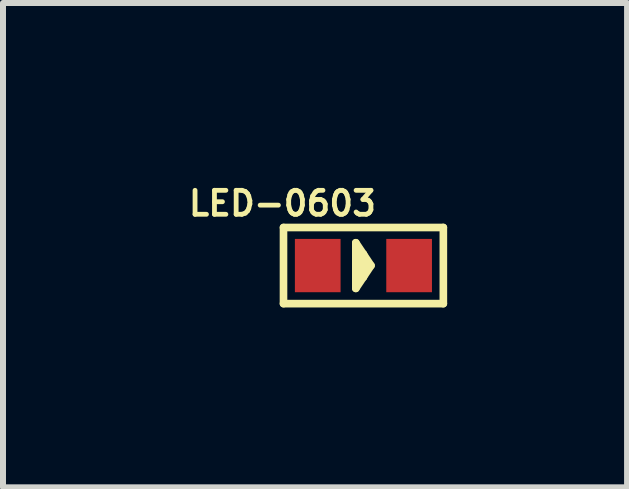
<source format=kicad_pcb>
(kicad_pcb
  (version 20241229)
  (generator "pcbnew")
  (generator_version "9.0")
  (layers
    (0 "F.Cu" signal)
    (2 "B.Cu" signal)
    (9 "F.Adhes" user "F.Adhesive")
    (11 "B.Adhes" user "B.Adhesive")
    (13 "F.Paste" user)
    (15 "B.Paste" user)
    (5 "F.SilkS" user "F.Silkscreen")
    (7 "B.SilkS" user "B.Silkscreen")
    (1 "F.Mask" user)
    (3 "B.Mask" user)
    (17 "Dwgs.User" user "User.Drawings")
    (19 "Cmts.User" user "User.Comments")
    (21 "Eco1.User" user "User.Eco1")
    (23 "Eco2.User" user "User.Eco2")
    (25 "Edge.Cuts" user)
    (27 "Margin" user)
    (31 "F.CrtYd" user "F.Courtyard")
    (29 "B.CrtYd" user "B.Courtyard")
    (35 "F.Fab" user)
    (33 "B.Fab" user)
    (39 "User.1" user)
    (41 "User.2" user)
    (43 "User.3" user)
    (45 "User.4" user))
  (footprint "LED-0603"
    (layer "F.Cu")
    (at 3.011 1.379)
    (property "Reference" "LED-0603" (at 0.254 -1.27 180) (layer "F.SilkS") (effects (font (size 0.4 0.4) (thickness 0.08)) (justify right top)))
    (attr through_hole)
    (fp_line (start -1.333 -0.635) (end 1.333 -0.635) (stroke (width 0.127) (type solid)) (layer "F.SilkS"))
    (fp_line (start -1.333 0.635) (end -1.333 -0.635) (stroke (width 0.127) (type solid)) (layer "F.SilkS"))
    (fp_line (start -0.127 -0.381) (end -0.127 0.381) (stroke (width 0.127) (type solid)) (layer "F.SilkS"))
    (fp_line (start -0.127 0.381) (end 0 0.191) (stroke (width 0.127) (type solid)) (layer "F.SilkS"))
    (fp_line (start -0.064 -0.254) (end -0.064 0.254) (stroke (width 0.127) (type solid)) (layer "F.SilkS"))
    (fp_line (start 0 -0.191) (end -0.127 -0.381) (stroke (width 0.127) (type solid)) (layer "F.SilkS"))
    (fp_line (start 0 -0.191) (end 0 0.191) (stroke (width 0.127) (type solid)) (layer "F.SilkS"))
    (fp_line (start 0 0.191) (end 0.127 0) (stroke (width 0.127) (type solid)) (layer "F.SilkS"))
    (fp_line (start 0.127 0) (end 0 -0.191) (stroke (width 0.127) (type solid)) (layer "F.SilkS"))
    (fp_line (start 1.333 -0.635) (end 1.333 0.635) (stroke (width 0.127) (type solid)) (layer "F.SilkS"))
    (fp_line (start 1.333 0.635) (end -1.333 0.635) (stroke (width 0.127) (type solid)) (layer "F.SilkS"))
    (pad "1" smd rect (at 0.762 0) (size 0.762 0.889) (layers "F.Cu" "F.Mask" "F.Paste"))
    (pad "2" smd rect (at -0.762 0) (size 0.762 0.889) (layers "F.Cu" "F.Mask" "F.Paste")))
  (gr_rect
    (start -3 -3)
    (end 7.408 5.077)
    (stroke (width 0.1) (type default))
    (fill no)
    (layer "Edge.Cuts")))
</source>
